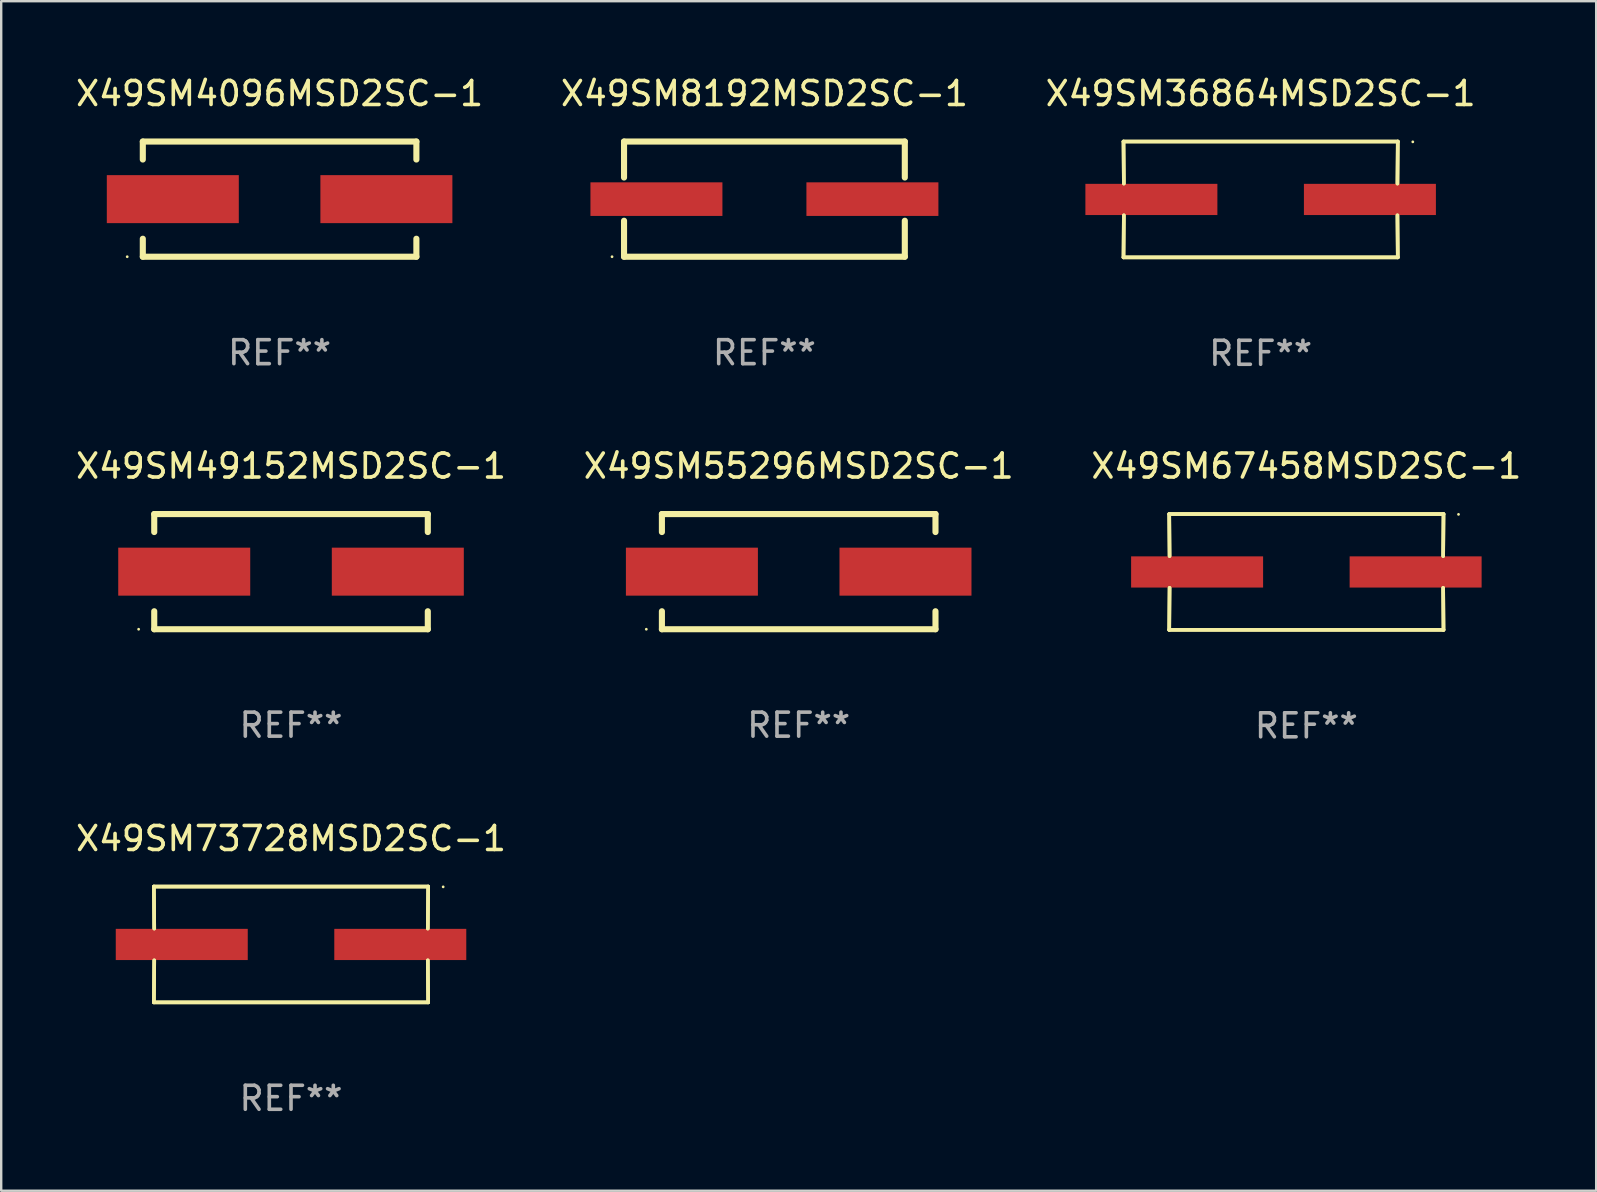
<source format=kicad_pcb>
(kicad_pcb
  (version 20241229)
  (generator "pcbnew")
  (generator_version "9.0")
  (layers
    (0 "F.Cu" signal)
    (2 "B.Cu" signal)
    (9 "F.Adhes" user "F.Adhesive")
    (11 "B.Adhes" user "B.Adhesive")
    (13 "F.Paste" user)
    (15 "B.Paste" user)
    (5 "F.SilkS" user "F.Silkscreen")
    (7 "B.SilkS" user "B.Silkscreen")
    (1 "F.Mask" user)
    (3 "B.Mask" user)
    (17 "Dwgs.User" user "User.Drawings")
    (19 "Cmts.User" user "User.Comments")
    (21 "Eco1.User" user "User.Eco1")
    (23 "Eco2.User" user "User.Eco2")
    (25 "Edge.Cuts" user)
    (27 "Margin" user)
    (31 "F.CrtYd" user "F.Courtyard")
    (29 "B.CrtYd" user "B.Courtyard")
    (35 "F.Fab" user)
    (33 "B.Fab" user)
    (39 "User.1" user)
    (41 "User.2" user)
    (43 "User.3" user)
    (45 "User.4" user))
  (footprint "X49SM73728MSD2SC-1"
    (layer "F.Cu")
    (at 9.077 36.306)
    (property "Reference" "X49SM73728MSD2SC-1" (at 0 -4.413 0) (layer "F.SilkS") (effects (font (size 1 1) (thickness 0.15))))
    (attr through_hole)
    (fp_line (start -5.715 -2.413) (end -5.7 -0.662) (stroke (width 0.152) (type solid)) (layer "F.SilkS"))
    (fp_line (start -5.715 -2.413) (end -5.7 -0.662) (stroke (width 0.152) (type solid)) (layer "F.SilkS"))
    (fp_line (start -5.715 2.413) (end 5.715 2.413) (stroke (width 0.152) (type solid)) (layer "F.SilkS"))
    (fp_line (start -5.715 2.413) (end 5.715 2.413) (stroke (width 0.152) (type solid)) (layer "F.SilkS"))
    (fp_line (start -5.7 0.662) (end -5.715 2.413) (stroke (width 0.152) (type solid)) (layer "F.SilkS"))
    (fp_line (start -5.7 0.662) (end -5.715 2.413) (stroke (width 0.152) (type solid)) (layer "F.SilkS"))
    (fp_line (start 5.7 -0.662) (end 5.715 -2.413) (stroke (width 0.152) (type solid)) (layer "F.SilkS"))
    (fp_line (start 5.7 -0.662) (end 5.715 -2.413) (stroke (width 0.152) (type solid)) (layer "F.SilkS"))
    (fp_line (start 5.715 -2.413) (end -5.715 -2.413) (stroke (width 0.152) (type solid)) (layer "F.SilkS"))
    (fp_line (start 5.715 -2.413) (end -5.715 -2.413) (stroke (width 0.152) (type solid)) (layer "F.SilkS"))
    (fp_line (start 5.715 2.413) (end 5.7 0.662) (stroke (width 0.152) (type solid)) (layer "F.SilkS"))
    (fp_line (start 5.715 2.413) (end 5.7 0.662) (stroke (width 0.152) (type solid)) (layer "F.SilkS"))
    (fp_circle (center 6.34 -2.4) (end 6.37 -2.4) (stroke (width 0.06) (type solid)) (fill no) (layer "F.SilkS"))
    (fp_text user "REF**" (at 0 6.413 0) (layer "F.Fab") (effects (font (size 1 1) (thickness 0.15))))
    (pad "1" smd rect (at 4.553 0) (size 5.5 1.3) (layers "F.Cu" "F.Mask" "F.Paste"))
    (pad "2" smd rect (at -4.553 0) (size 5.5 1.3) (layers "F.Cu" "F.Mask" "F.Paste")))
  (footprint "X49SM67458MSD2SC-1"
    (layer "F.Cu")
    (at 51.387 20.784)
    (property "Reference" "X49SM67458MSD2SC-1" (at 0 -4.413 0) (layer "F.SilkS") (effects (font (size 1 1) (thickness 0.15))))
    (attr through_hole)
    (fp_line (start -5.715 -2.413) (end -5.7 -0.662) (stroke (width 0.152) (type solid)) (layer "F.SilkS"))
    (fp_line (start -5.715 -2.413) (end -5.7 -0.662) (stroke (width 0.152) (type solid)) (layer "F.SilkS"))
    (fp_line (start -5.715 2.413) (end 5.715 2.413) (stroke (width 0.152) (type solid)) (layer "F.SilkS"))
    (fp_line (start -5.715 2.413) (end 5.715 2.413) (stroke (width 0.152) (type solid)) (layer "F.SilkS"))
    (fp_line (start -5.7 0.662) (end -5.715 2.413) (stroke (width 0.152) (type solid)) (layer "F.SilkS"))
    (fp_line (start -5.7 0.662) (end -5.715 2.413) (stroke (width 0.152) (type solid)) (layer "F.SilkS"))
    (fp_line (start 5.7 -0.662) (end 5.715 -2.413) (stroke (width 0.152) (type solid)) (layer "F.SilkS"))
    (fp_line (start 5.7 -0.662) (end 5.715 -2.413) (stroke (width 0.152) (type solid)) (layer "F.SilkS"))
    (fp_line (start 5.715 -2.413) (end -5.715 -2.413) (stroke (width 0.152) (type solid)) (layer "F.SilkS"))
    (fp_line (start 5.715 -2.413) (end -5.715 -2.413) (stroke (width 0.152) (type solid)) (layer "F.SilkS"))
    (fp_line (start 5.715 2.413) (end 5.7 0.662) (stroke (width 0.152) (type solid)) (layer "F.SilkS"))
    (fp_line (start 5.715 2.413) (end 5.7 0.662) (stroke (width 0.152) (type solid)) (layer "F.SilkS"))
    (fp_circle (center 6.34 -2.4) (end 6.37 -2.4) (stroke (width 0.06) (type solid)) (fill no) (layer "F.SilkS"))
    (fp_text user "REF**" (at 0 6.413 0) (layer "F.Fab") (effects (font (size 1 1) (thickness 0.15))))
    (pad "1" smd rect (at 4.553 0) (size 5.5 1.3) (layers "F.Cu" "F.Mask" "F.Paste"))
    (pad "2" smd rect (at -4.553 0) (size 5.5 1.3) (layers "F.Cu" "F.Mask" "F.Paste")))
  (footprint "X49SM36864MSD2SC-1"
    (layer "F.Cu")
    (at 49.482 5.261)
    (property "Reference" "X49SM36864MSD2SC-1" (at 0 -4.413 0) (layer "F.SilkS") (effects (font (size 1 1) (thickness 0.15))))
    (attr through_hole)
    (fp_line (start -5.715 -2.413) (end -5.7 -0.662) (stroke (width 0.152) (type solid)) (layer "F.SilkS"))
    (fp_line (start -5.715 -2.413) (end -5.7 -0.662) (stroke (width 0.152) (type solid)) (layer "F.SilkS"))
    (fp_line (start -5.715 2.413) (end 5.715 2.413) (stroke (width 0.152) (type solid)) (layer "F.SilkS"))
    (fp_line (start -5.715 2.413) (end 5.715 2.413) (stroke (width 0.152) (type solid)) (layer "F.SilkS"))
    (fp_line (start -5.7 0.662) (end -5.715 2.413) (stroke (width 0.152) (type solid)) (layer "F.SilkS"))
    (fp_line (start -5.7 0.662) (end -5.715 2.413) (stroke (width 0.152) (type solid)) (layer "F.SilkS"))
    (fp_line (start 5.7 -0.662) (end 5.715 -2.413) (stroke (width 0.152) (type solid)) (layer "F.SilkS"))
    (fp_line (start 5.7 -0.662) (end 5.715 -2.413) (stroke (width 0.152) (type solid)) (layer "F.SilkS"))
    (fp_line (start 5.715 -2.413) (end -5.715 -2.413) (stroke (width 0.152) (type solid)) (layer "F.SilkS"))
    (fp_line (start 5.715 -2.413) (end -5.715 -2.413) (stroke (width 0.152) (type solid)) (layer "F.SilkS"))
    (fp_line (start 5.715 2.413) (end 5.7 0.662) (stroke (width 0.152) (type solid)) (layer "F.SilkS"))
    (fp_line (start 5.715 2.413) (end 5.7 0.662) (stroke (width 0.152) (type solid)) (layer "F.SilkS"))
    (fp_circle (center 6.34 -2.4) (end 6.37 -2.4) (stroke (width 0.06) (type solid)) (fill no) (layer "F.SilkS"))
    (fp_text user "REF**" (at 0 6.413 0) (layer "F.Fab") (effects (font (size 1 1) (thickness 0.15))))
    (pad "1" smd rect (at 4.553 0) (size 5.5 1.3) (layers "F.Cu" "F.Mask" "F.Paste"))
    (pad "2" smd rect (at -4.553 0) (size 5.5 1.3) (layers "F.Cu" "F.Mask" "F.Paste")))
  (footprint "X49SM55296MSD2SC-1"
    (layer "F.Cu")
    (at 30.232 20.771)
    (property "Reference" "X49SM55296MSD2SC-1" (at 0 -4.4 0) (layer "F.SilkS") (effects (font (size 1 1) (thickness 0.15))))
    (attr through_hole)
    (fp_line (start -5.7 -2.4) (end -5.7 -1.65) (stroke (width 0.254) (type solid)) (layer "F.SilkS"))
    (fp_line (start -5.7 2.4) (end -5.7 1.65) (stroke (width 0.254) (type solid)) (layer "F.SilkS"))
    (fp_line (start 5.7 -2.4) (end -5.7 -2.4) (stroke (width 0.254) (type solid)) (layer "F.SilkS"))
    (fp_line (start 5.7 -1.65) (end 5.7 -2.4) (stroke (width 0.254) (type solid)) (layer "F.SilkS"))
    (fp_line (start 5.7 1.65) (end 5.7 2.4) (stroke (width 0.254) (type solid)) (layer "F.SilkS"))
    (fp_line (start 5.7 2.4) (end -5.7 2.4) (stroke (width 0.254) (type solid)) (layer "F.SilkS"))
    (fp_circle (center -6.35 2.4) (end -6.32 2.4) (stroke (width 0.06) (type solid)) (fill no) (layer "F.SilkS"))
    (fp_text user "REF**" (at 0 6.4 0) (layer "F.Fab") (effects (font (size 1 1) (thickness 0.15))))
    (pad "1" smd rect (at -4.45 0.000064) (size 5.5 2) (layers "F.Cu" "F.Mask" "F.Paste"))
    (pad "2" smd rect (at 4.45 0.000064) (size 5.5 2) (layers "F.Cu" "F.Mask" "F.Paste")))
  (footprint "X49SM8192MSD2SC-1"
    (layer "F.Cu")
    (at 28.804 5.248)
    (property "Reference" "X49SM8192MSD2SC-1" (at 0 -4.4 0) (layer "F.SilkS") (effects (font (size 1 1) (thickness 0.15))))
    (attr through_hole)
    (fp_line (start -5.85 -2.4) (end 5.85 -2.4) (stroke (width 0.254) (type solid)) (layer "F.SilkS"))
    (fp_line (start -5.85 -2.4) (end -5.85 -0.9) (stroke (width 0.254) (type solid)) (layer "F.SilkS"))
    (fp_line (start -5.85 2.4) (end 5.85 2.4) (stroke (width 0.254) (type solid)) (layer "F.SilkS"))
    (fp_line (start -5.85 0.9) (end -5.85 2.4) (stroke (width 0.254) (type solid)) (layer "F.SilkS"))
    (fp_line (start 5.85 -2.4) (end 5.85 -0.9) (stroke (width 0.254) (type solid)) (layer "F.SilkS"))
    (fp_line (start 5.85 0.9) (end 5.85 2.4) (stroke (width 0.254) (type solid)) (layer "F.SilkS"))
    (fp_circle (center -6.35 2.4) (end -6.32 2.4) (stroke (width 0.06) (type solid)) (fill no) (layer "F.SilkS"))
    (fp_text user "REF**" (at 0 6.4 0) (layer "F.Fab") (effects (font (size 1 1) (thickness 0.15))))
    (pad "1" smd rect (at -4.5 -0.000025) (size 5.5 1.4) (layers "F.Cu" "F.Mask" "F.Paste"))
    (pad "2" smd rect (at 4.5 -0.000025) (size 5.5 1.4) (layers "F.Cu" "F.Mask" "F.Paste")))
  (footprint "X49SM49152MSD2SC-1"
    (layer "F.Cu")
    (at 9.077 20.771)
    (property "Reference" "X49SM49152MSD2SC-1" (at 0 -4.4 0) (layer "F.SilkS") (effects (font (size 1 1) (thickness 0.15))))
    (attr through_hole)
    (fp_line (start -5.7 -2.4) (end -5.7 -1.65) (stroke (width 0.254) (type solid)) (layer "F.SilkS"))
    (fp_line (start -5.7 2.4) (end -5.7 1.65) (stroke (width 0.254) (type solid)) (layer "F.SilkS"))
    (fp_line (start 5.7 -2.4) (end -5.7 -2.4) (stroke (width 0.254) (type solid)) (layer "F.SilkS"))
    (fp_line (start 5.7 -1.65) (end 5.7 -2.4) (stroke (width 0.254) (type solid)) (layer "F.SilkS"))
    (fp_line (start 5.7 1.65) (end 5.7 2.4) (stroke (width 0.254) (type solid)) (layer "F.SilkS"))
    (fp_line (start 5.7 2.4) (end -5.7 2.4) (stroke (width 0.254) (type solid)) (layer "F.SilkS"))
    (fp_circle (center -6.35 2.4) (end -6.32 2.4) (stroke (width 0.06) (type solid)) (fill no) (layer "F.SilkS"))
    (fp_text user "REF**" (at 0 6.4 0) (layer "F.Fab") (effects (font (size 1 1) (thickness 0.15))))
    (pad "1" smd rect (at -4.45 0.000064) (size 5.5 2) (layers "F.Cu" "F.Mask" "F.Paste"))
    (pad "2" smd rect (at 4.45 0.000064) (size 5.5 2) (layers "F.Cu" "F.Mask" "F.Paste")))
  (footprint "X49SM4096MSD2SC-1"
    (layer "F.Cu")
    (at 8.601 5.248)
    (property "Reference" "X49SM4096MSD2SC-1" (at 0 -4.4 0) (layer "F.SilkS") (effects (font (size 1 1) (thickness 0.15))))
    (attr through_hole)
    (fp_line (start -5.7 -2.4) (end -5.7 -1.65) (stroke (width 0.254) (type solid)) (layer "F.SilkS"))
    (fp_line (start -5.7 2.4) (end -5.7 1.65) (stroke (width 0.254) (type solid)) (layer "F.SilkS"))
    (fp_line (start 5.7 -2.4) (end -5.7 -2.4) (stroke (width 0.254) (type solid)) (layer "F.SilkS"))
    (fp_line (start 5.7 -1.65) (end 5.7 -2.4) (stroke (width 0.254) (type solid)) (layer "F.SilkS"))
    (fp_line (start 5.7 1.65) (end 5.7 2.4) (stroke (width 0.254) (type solid)) (layer "F.SilkS"))
    (fp_line (start 5.7 2.4) (end -5.7 2.4) (stroke (width 0.254) (type solid)) (layer "F.SilkS"))
    (fp_circle (center -6.35 2.4) (end -6.32 2.4) (stroke (width 0.06) (type solid)) (fill no) (layer "F.SilkS"))
    (fp_text user "REF**" (at 0 6.4 0) (layer "F.Fab") (effects (font (size 1 1) (thickness 0.15))))
    (pad "1" smd rect (at -4.45 0.000064) (size 5.5 2) (layers "F.Cu" "F.Mask" "F.Paste"))
    (pad "2" smd rect (at 4.45 0.000064) (size 5.5 2) (layers "F.Cu" "F.Mask" "F.Paste")))
  (gr_rect
    (start -3 -3)
    (end 63.464 46.568)
    (stroke (width 0.1) (type default))
    (fill no)
    (layer "Edge.Cuts")))
</source>
